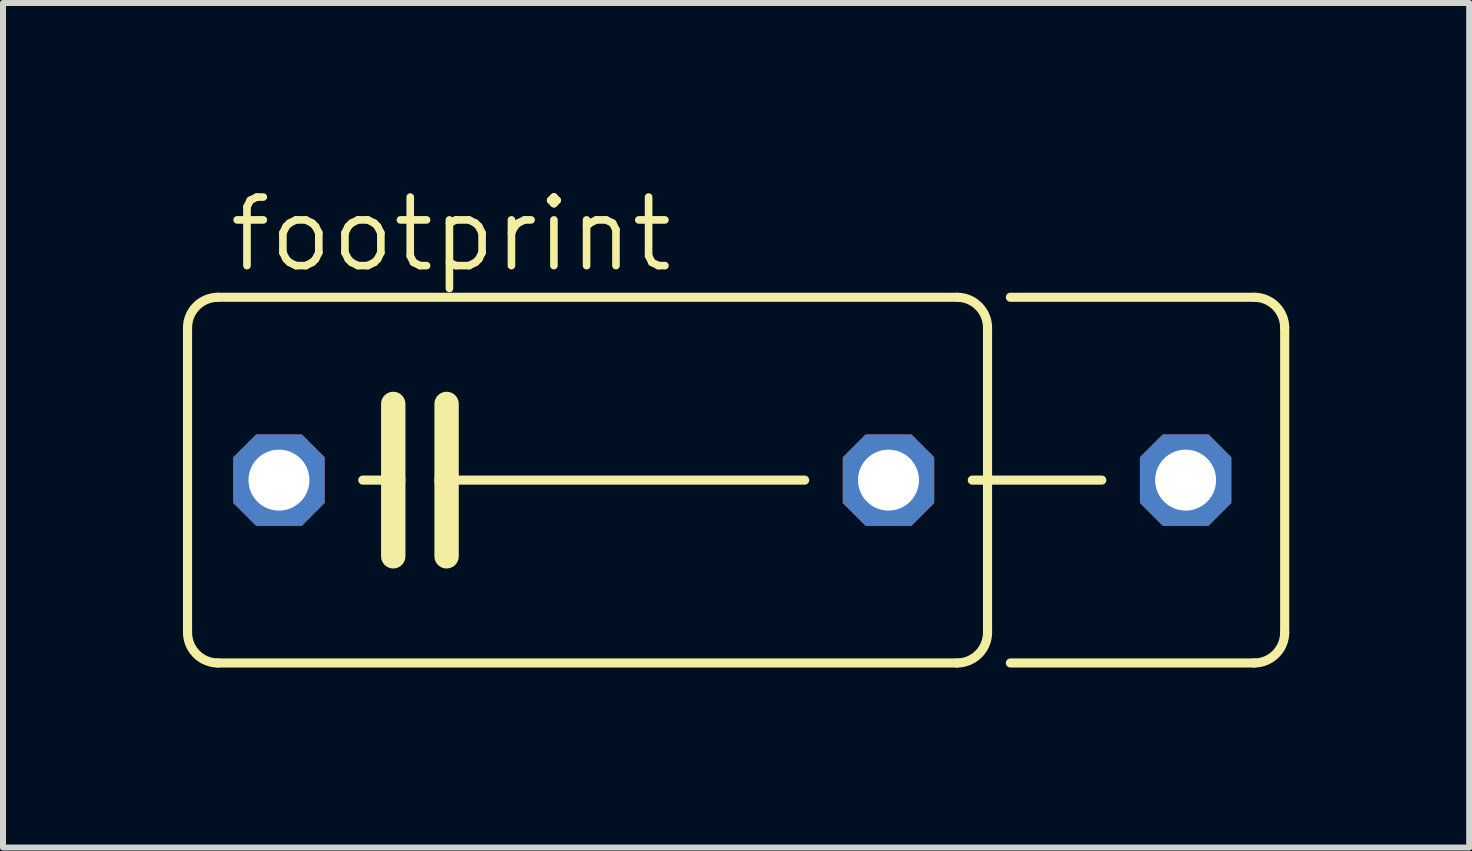
<source format=kicad_pcb>
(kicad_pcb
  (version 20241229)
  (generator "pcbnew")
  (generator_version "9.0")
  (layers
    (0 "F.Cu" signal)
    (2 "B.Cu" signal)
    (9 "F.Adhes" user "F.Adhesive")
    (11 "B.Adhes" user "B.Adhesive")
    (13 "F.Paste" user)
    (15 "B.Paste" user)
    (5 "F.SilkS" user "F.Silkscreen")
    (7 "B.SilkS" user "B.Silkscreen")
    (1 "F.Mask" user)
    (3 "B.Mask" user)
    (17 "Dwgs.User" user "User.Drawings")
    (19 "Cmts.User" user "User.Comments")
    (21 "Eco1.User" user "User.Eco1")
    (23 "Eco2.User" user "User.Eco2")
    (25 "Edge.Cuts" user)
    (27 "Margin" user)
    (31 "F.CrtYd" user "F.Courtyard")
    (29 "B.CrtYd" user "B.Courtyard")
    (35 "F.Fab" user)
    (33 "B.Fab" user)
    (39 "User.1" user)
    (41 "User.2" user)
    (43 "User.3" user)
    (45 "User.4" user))
  (footprint "footprint"
    (layer "F.Cu")
    (at 6.68 4.953)
    (property "Reference" "footprint" (at -5.969 -3.429 0) (layer "F.SilkS") (effects (font (size 1.143 1.143) (thickness 0.127)) (justify left bottom)))
    (fp_line (start -6.604 2.54) (end -6.604 -2.54) (stroke (width 0.152) (type solid)) (layer "F.SilkS"))
    (fp_line (start -6.096 -3.048) (end 6.223 -3.048) (stroke (width 0.152) (type solid)) (layer "F.SilkS"))
    (fp_line (start -3.683 0) (end -3.175 0) (stroke (width 0.152) (type solid)) (layer "F.SilkS"))
    (fp_line (start -3.175 -1.27) (end -3.175 0) (stroke (width 0.406) (type solid)) (layer "F.SilkS"))
    (fp_line (start -3.175 0) (end -3.175 1.27) (stroke (width 0.406) (type solid)) (layer "F.SilkS"))
    (fp_line (start -2.286 -1.27) (end -2.286 0) (stroke (width 0.406) (type solid)) (layer "F.SilkS"))
    (fp_line (start -2.286 0) (end -2.286 1.27) (stroke (width 0.406) (type solid)) (layer "F.SilkS"))
    (fp_line (start -2.286 0) (end 3.683 0) (stroke (width 0.152) (type solid)) (layer "F.SilkS"))
    (fp_line (start 6.223 3.048) (end -6.096 3.048) (stroke (width 0.152) (type solid)) (layer "F.SilkS"))
    (fp_line (start 6.477 0) (end 8.636 0) (stroke (width 0.152) (type solid)) (layer "F.SilkS"))
    (fp_line (start 6.731 -2.54) (end 6.731 2.54) (stroke (width 0.152) (type solid)) (layer "F.SilkS"))
    (fp_line (start 7.112 -3.048) (end 11.176 -3.048) (stroke (width 0.152) (type solid)) (layer "F.SilkS"))
    (fp_line (start 11.176 3.048) (end 7.112 3.048) (stroke (width 0.152) (type solid)) (layer "F.SilkS"))
    (fp_line (start 11.684 -2.54) (end 11.684 2.54) (stroke (width 0.152) (type solid)) (layer "F.SilkS"))
    (fp_arc (start -6.604 -2.54) (mid -6.45521 -2.89921) (end -6.096 -3.048) (stroke (width 0.1524) (type solid)) (layer "F.SilkS"))
    (fp_arc (start -6.096 3.048) (mid -6.45521 2.89921) (end -6.604 2.54) (stroke (width 0.1524) (type solid)) (layer "F.SilkS"))
    (fp_arc (start 6.223 -3.048) (mid 6.58221 -2.89921) (end 6.731 -2.54) (stroke (width 0.1524) (type solid)) (layer "F.SilkS"))
    (fp_arc (start 6.731 2.54) (mid 6.58221 2.89921) (end 6.223 3.048) (stroke (width 0.1524) (type solid)) (layer "F.SilkS"))
    (fp_arc (start 11.176 -3.048) (mid 11.53521 -2.89921) (end 11.684 -2.54) (stroke (width 0.1524) (type solid)) (layer "F.SilkS"))
    (fp_arc (start 11.684 2.54) (mid 11.53521 2.89921) (end 11.176 3.048) (stroke (width 0.1524) (type solid)) (layer "F.SilkS"))
    (pad "1" thru_hole roundrect (at -5.08 0) (size 1.524 1.524) (drill 1.016) (layers "*.Cu" "*.Mask") (roundrect_rratio 0.25) (chamfer_ratio 0.25) (chamfer top_left top_right bottom_left bottom_right))
    (pad "2" thru_hole roundrect (at 5.08 0) (size 1.524 1.524) (drill 1.016) (layers "*.Cu" "*.Mask") (roundrect_rratio 0.25) (chamfer_ratio 0.25) (chamfer top_left top_right bottom_left bottom_right))
    (pad "3" thru_hole roundrect (at 10.033 0) (size 1.524 1.524) (drill 1.016) (layers "*.Cu" "*.Mask") (roundrect_rratio 0.25) (chamfer_ratio 0.25) (chamfer top_left top_right bottom_left bottom_right)))
  (gr_rect
    (start -3 -3)
    (end 21.44 11.077)
    (stroke (width 0.1) (type default))
    (fill no)
    (layer "Edge.Cuts")))
</source>
